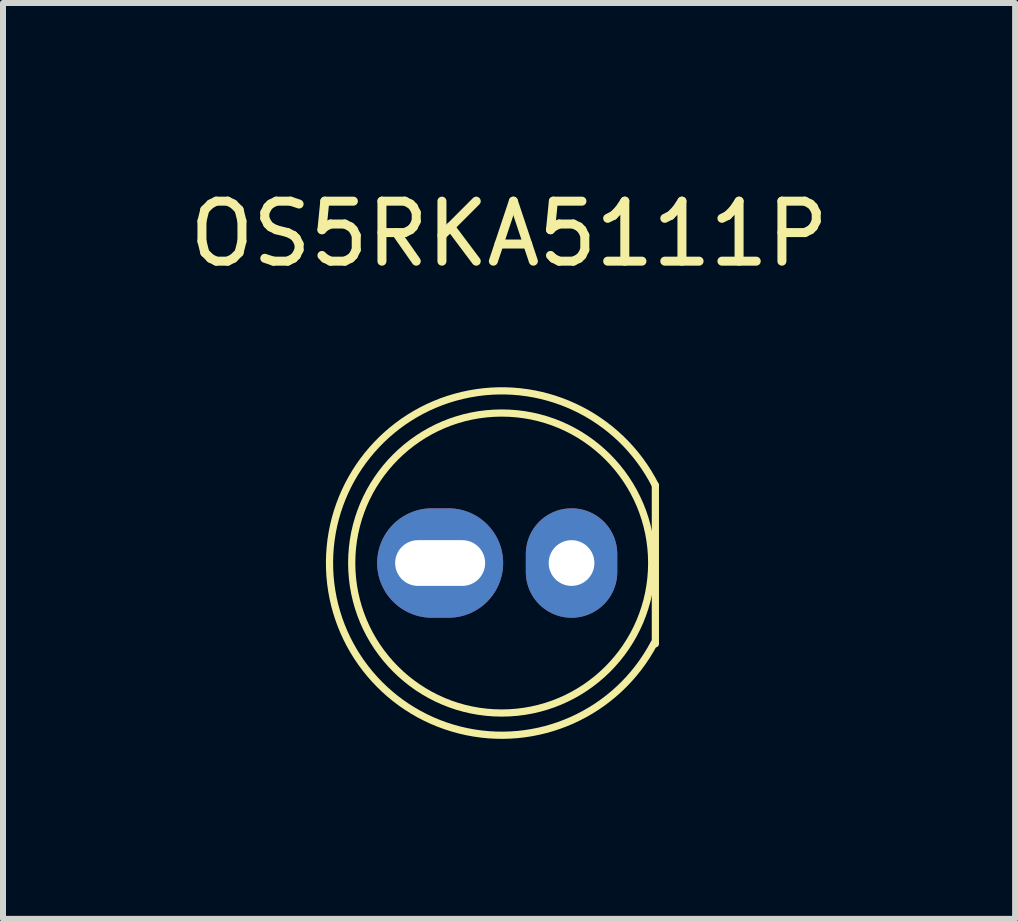
<source format=kicad_pcb>
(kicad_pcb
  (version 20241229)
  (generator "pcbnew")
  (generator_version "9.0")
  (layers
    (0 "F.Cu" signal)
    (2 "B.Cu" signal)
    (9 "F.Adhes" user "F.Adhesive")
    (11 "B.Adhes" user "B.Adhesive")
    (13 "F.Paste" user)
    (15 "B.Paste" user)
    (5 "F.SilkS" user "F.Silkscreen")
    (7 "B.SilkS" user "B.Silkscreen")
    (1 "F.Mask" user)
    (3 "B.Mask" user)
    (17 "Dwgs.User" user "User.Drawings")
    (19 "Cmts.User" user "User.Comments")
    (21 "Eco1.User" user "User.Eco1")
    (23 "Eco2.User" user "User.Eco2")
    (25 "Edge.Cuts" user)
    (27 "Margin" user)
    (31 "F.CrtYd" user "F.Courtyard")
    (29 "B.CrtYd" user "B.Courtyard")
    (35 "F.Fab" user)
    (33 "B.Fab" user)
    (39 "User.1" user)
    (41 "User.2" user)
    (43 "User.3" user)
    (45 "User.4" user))
  (footprint "OS5RKA5111P"
    (layer "F.Cu")
    (at 5.333 6.436)
    (property "Reference" "OS5RKA5111P" (at 0.102 -5.588 0) (unlocked yes) (layer "F.SilkS") (effects (font (size 1 1) (thickness 0.15))))
    (attr through_hole)
    (fp_line (start 2.54 -1.397) (end 2.54 1.245) (stroke (width 0.12) (type default)) (layer "F.SilkS"))
    (fp_arc (start 2.519389 1.233766) (mid -2.890891 -0.124084) (end 2.54 -1.397) (stroke (width 0.12) (type default)) (layer "F.SilkS"))
    (fp_circle (center -0.021 -0.102) (end 2.479 -0.102) (stroke (width 0.12) (type default)) (fill no) (layer "F.SilkS"))
    (pad "1" thru_hole oval (at -1.047 -0.102) (size 2.1 1.824) (drill oval 1.5 0.762) (layers "*.Cu" "*.Mask"))
    (pad "2" thru_hole oval (at 1.143 -0.102) (size 1.524 1.824) (drill 0.762) (layers "*.Cu" "*.Mask")))
  (gr_rect
    (start -3 -3)
    (end 13.869 12.265)
    (stroke (width 0.1) (type default))
    (fill no)
    (layer "Edge.Cuts")))
</source>
